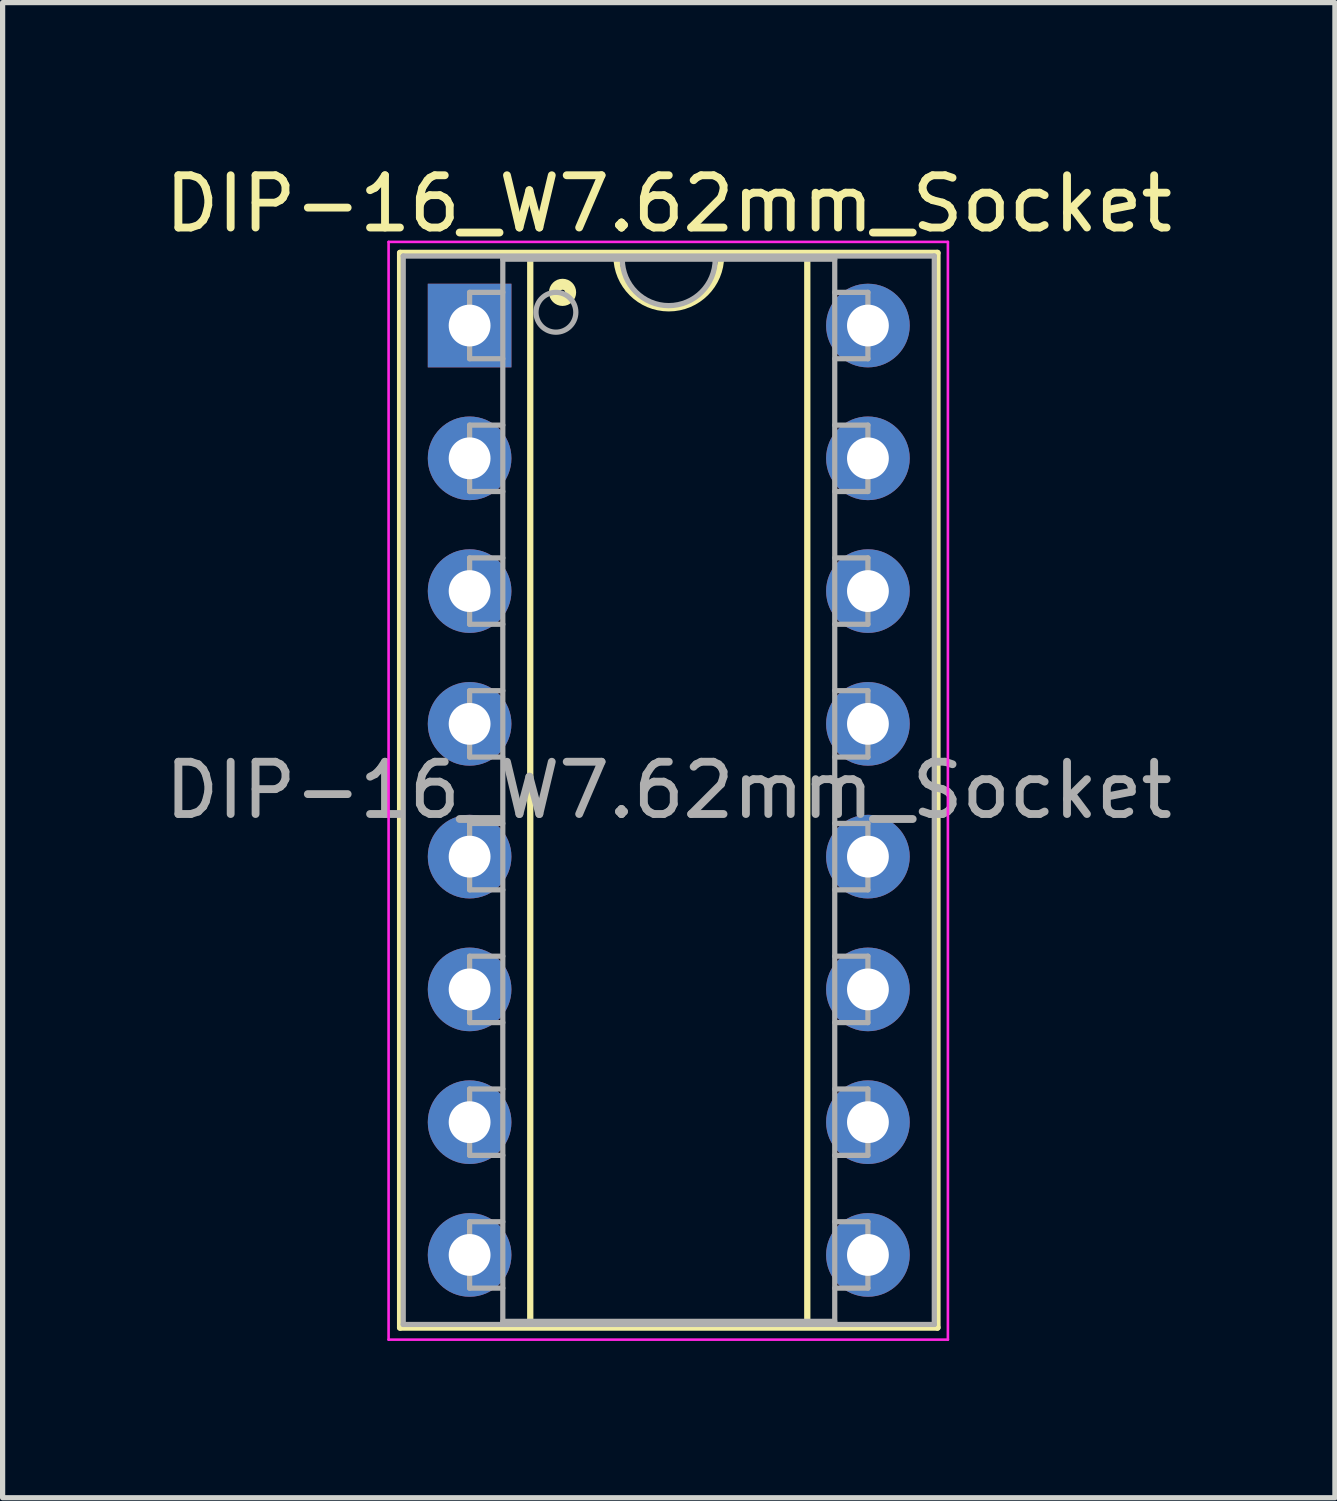
<source format=kicad_pcb>
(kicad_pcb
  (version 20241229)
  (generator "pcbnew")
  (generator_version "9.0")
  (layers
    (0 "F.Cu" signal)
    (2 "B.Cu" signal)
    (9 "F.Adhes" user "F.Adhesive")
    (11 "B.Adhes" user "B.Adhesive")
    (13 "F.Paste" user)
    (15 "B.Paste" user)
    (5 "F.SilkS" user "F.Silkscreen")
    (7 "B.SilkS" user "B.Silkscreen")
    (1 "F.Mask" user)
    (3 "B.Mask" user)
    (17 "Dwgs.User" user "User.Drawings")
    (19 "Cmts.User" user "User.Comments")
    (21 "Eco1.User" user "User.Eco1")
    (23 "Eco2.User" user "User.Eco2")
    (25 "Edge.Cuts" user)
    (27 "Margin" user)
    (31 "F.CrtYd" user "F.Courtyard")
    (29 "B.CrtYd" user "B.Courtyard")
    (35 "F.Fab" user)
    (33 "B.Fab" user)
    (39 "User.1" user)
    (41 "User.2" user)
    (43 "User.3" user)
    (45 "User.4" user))
  (footprint "DIP-16_W7.62mm_Socket"
    (layer "F.Cu")
    (at 5.934 3.178)
    (property "Reference" "DIP-16_W7.62mm_Socket" (at 3.81 -2.33 0) (layer "F.SilkS") (effects (font (size 1 1) (thickness 0.15))))
    (attr through_hole)
    (fp_line (start -1.33 -1.39) (end -1.33 19.17) (stroke (width 0.12) (type solid)) (layer "F.SilkS"))
    (fp_line (start -1.33 19.17) (end 8.95 19.17) (stroke (width 0.12) (type solid)) (layer "F.SilkS"))
    (fp_line (start 1.16 -1.33) (end 1.16 19.11) (stroke (width 0.12) (type solid)) (layer "F.SilkS"))
    (fp_line (start 1.16 19.11) (end 6.46 19.11) (stroke (width 0.12) (type solid)) (layer "F.SilkS"))
    (fp_line (start 2.81 -1.33) (end 1.16 -1.33) (stroke (width 0.12) (type solid)) (layer "F.SilkS"))
    (fp_line (start 6.46 -1.33) (end 4.81 -1.33) (stroke (width 0.12) (type solid)) (layer "F.SilkS"))
    (fp_line (start 6.46 19.11) (end 6.46 -1.33) (stroke (width 0.12) (type solid)) (layer "F.SilkS"))
    (fp_line (start 8.95 -1.39) (end -1.33 -1.39) (stroke (width 0.12) (type solid)) (layer "F.SilkS"))
    (fp_line (start 8.95 19.17) (end 8.95 -1.39) (stroke (width 0.12) (type solid)) (layer "F.SilkS"))
    (fp_arc (start 4.81 -1.33) (mid 3.81 -0.33) (end 2.81 -1.33) (stroke (width 0.12) (type solid)) (layer "F.SilkS"))
    (fp_circle (center 1.778 -0.635) (end 1.828 -0.635) (stroke (width 0.12) (type solid)) (fill no) (layer "F.SilkS"))
    (fp_circle (center 1.778 -0.635) (end 1.903 -0.635) (stroke (width 0.12) (type solid)) (fill no) (layer "F.SilkS"))
    (fp_circle (center 1.778 -0.635) (end 1.978 -0.635) (stroke (width 0.12) (type solid)) (fill no) (layer "F.SilkS"))
    (fp_line (start -1.55 -1.6) (end -1.55 19.4) (stroke (width 0.05) (type solid)) (layer "F.CrtYd"))
    (fp_line (start -1.55 19.4) (end 9.15 19.4) (stroke (width 0.05) (type solid)) (layer "F.CrtYd"))
    (fp_line (start 9.15 -1.6) (end -1.55 -1.6) (stroke (width 0.05) (type solid)) (layer "F.CrtYd"))
    (fp_line (start 9.15 19.4) (end 9.15 -1.6) (stroke (width 0.05) (type solid)) (layer "F.CrtYd"))
    (fp_line (start -1.27 -1.33) (end -1.27 19.11) (stroke (width 0.1) (type solid)) (layer "F.Fab"))
    (fp_line (start -1.27 19.11) (end 8.89 19.11) (stroke (width 0.1) (type solid)) (layer "F.Fab"))
    (fp_line (start 0 -0.635) (end 0 0.635) (stroke (width 0.1) (type solid)) (layer "F.Fab"))
    (fp_line (start 0 -0.635) (end 0.635 -0.635) (stroke (width 0.1) (type solid)) (layer "F.Fab"))
    (fp_line (start 0 0.635) (end 0.635 0.635) (stroke (width 0.1) (type solid)) (layer "F.Fab"))
    (fp_line (start 0 1.905) (end 0 3.175) (stroke (width 0.1) (type solid)) (layer "F.Fab"))
    (fp_line (start 0 1.905) (end 0.635 1.905) (stroke (width 0.1) (type solid)) (layer "F.Fab"))
    (fp_line (start 0 3.175) (end 0.635 3.175) (stroke (width 0.1) (type solid)) (layer "F.Fab"))
    (fp_line (start 0 4.445) (end 0 5.715) (stroke (width 0.1) (type solid)) (layer "F.Fab"))
    (fp_line (start 0 4.445) (end 0.635 4.445) (stroke (width 0.1) (type solid)) (layer "F.Fab"))
    (fp_line (start 0 5.715) (end 0.635 5.715) (stroke (width 0.1) (type solid)) (layer "F.Fab"))
    (fp_line (start 0 6.985) (end 0 8.255) (stroke (width 0.1) (type solid)) (layer "F.Fab"))
    (fp_line (start 0 6.985) (end 0.635 6.985) (stroke (width 0.1) (type solid)) (layer "F.Fab"))
    (fp_line (start 0 8.255) (end 0.635 8.255) (stroke (width 0.1) (type solid)) (layer "F.Fab"))
    (fp_line (start 0 9.525) (end 0 10.795) (stroke (width 0.1) (type solid)) (layer "F.Fab"))
    (fp_line (start 0 9.525) (end 0.635 9.525) (stroke (width 0.1) (type solid)) (layer "F.Fab"))
    (fp_line (start 0 10.795) (end 0.635 10.795) (stroke (width 0.1) (type solid)) (layer "F.Fab"))
    (fp_line (start 0 12.065) (end 0 13.335) (stroke (width 0.1) (type solid)) (layer "F.Fab"))
    (fp_line (start 0 12.065) (end 0.635 12.065) (stroke (width 0.1) (type solid)) (layer "F.Fab"))
    (fp_line (start 0 13.335) (end 0.635 13.335) (stroke (width 0.1) (type solid)) (layer "F.Fab"))
    (fp_line (start 0 14.605) (end 0 15.875) (stroke (width 0.1) (type solid)) (layer "F.Fab"))
    (fp_line (start 0 14.605) (end 0.635 14.605) (stroke (width 0.1) (type solid)) (layer "F.Fab"))
    (fp_line (start 0 15.875) (end 0.635 15.875) (stroke (width 0.1) (type solid)) (layer "F.Fab"))
    (fp_line (start 0 17.145) (end 0 18.415) (stroke (width 0.1) (type solid)) (layer "F.Fab"))
    (fp_line (start 0 17.145) (end 0.635 17.145) (stroke (width 0.1) (type solid)) (layer "F.Fab"))
    (fp_line (start 0 18.415) (end 0.635 18.415) (stroke (width 0.1) (type solid)) (layer "F.Fab"))
    (fp_line (start 0.635 -1.27) (end 6.985 -1.27) (stroke (width 0.1) (type solid)) (layer "F.Fab"))
    (fp_line (start 0.635 19.05) (end 0.635 -1.27) (stroke (width 0.1) (type solid)) (layer "F.Fab"))
    (fp_line (start 6.985 -1.27) (end 6.985 19.05) (stroke (width 0.1) (type solid)) (layer "F.Fab"))
    (fp_line (start 6.985 19.05) (end 0.635 19.05) (stroke (width 0.1) (type solid)) (layer "F.Fab"))
    (fp_line (start 7.62 -0.635) (end 6.985 -0.635) (stroke (width 0.1) (type solid)) (layer "F.Fab"))
    (fp_line (start 7.62 0.635) (end 6.985 0.635) (stroke (width 0.1) (type solid)) (layer "F.Fab"))
    (fp_line (start 7.62 0.635) (end 7.62 -0.635) (stroke (width 0.1) (type solid)) (layer "F.Fab"))
    (fp_line (start 7.62 1.905) (end 6.985 1.905) (stroke (width 0.1) (type solid)) (layer "F.Fab"))
    (fp_line (start 7.62 3.175) (end 6.985 3.175) (stroke (width 0.1) (type solid)) (layer "F.Fab"))
    (fp_line (start 7.62 3.175) (end 7.62 1.905) (stroke (width 0.1) (type solid)) (layer "F.Fab"))
    (fp_line (start 7.62 4.445) (end 6.985 4.445) (stroke (width 0.1) (type solid)) (layer "F.Fab"))
    (fp_line (start 7.62 5.715) (end 6.985 5.715) (stroke (width 0.1) (type solid)) (layer "F.Fab"))
    (fp_line (start 7.62 5.715) (end 7.62 4.445) (stroke (width 0.1) (type solid)) (layer "F.Fab"))
    (fp_line (start 7.62 6.985) (end 6.985 6.985) (stroke (width 0.1) (type solid)) (layer "F.Fab"))
    (fp_line (start 7.62 8.255) (end 6.985 8.255) (stroke (width 0.1) (type solid)) (layer "F.Fab"))
    (fp_line (start 7.62 8.255) (end 7.62 6.985) (stroke (width 0.1) (type solid)) (layer "F.Fab"))
    (fp_line (start 7.62 9.525) (end 6.985 9.525) (stroke (width 0.1) (type solid)) (layer "F.Fab"))
    (fp_line (start 7.62 10.795) (end 6.985 10.795) (stroke (width 0.1) (type solid)) (layer "F.Fab"))
    (fp_line (start 7.62 10.795) (end 7.62 9.525) (stroke (width 0.1) (type solid)) (layer "F.Fab"))
    (fp_line (start 7.62 12.065) (end 6.985 12.065) (stroke (width 0.1) (type solid)) (layer "F.Fab"))
    (fp_line (start 7.62 13.335) (end 6.985 13.335) (stroke (width 0.1) (type solid)) (layer "F.Fab"))
    (fp_line (start 7.62 13.335) (end 7.62 12.065) (stroke (width 0.1) (type solid)) (layer "F.Fab"))
    (fp_line (start 7.62 14.605) (end 6.985 14.605) (stroke (width 0.1) (type solid)) (layer "F.Fab"))
    (fp_line (start 7.62 15.875) (end 6.985 15.875) (stroke (width 0.1) (type solid)) (layer "F.Fab"))
    (fp_line (start 7.62 15.875) (end 7.62 14.605) (stroke (width 0.1) (type solid)) (layer "F.Fab"))
    (fp_line (start 7.62 17.145) (end 6.985 17.145) (stroke (width 0.1) (type solid)) (layer "F.Fab"))
    (fp_line (start 7.62 18.415) (end 6.985 18.415) (stroke (width 0.1) (type solid)) (layer "F.Fab"))
    (fp_line (start 7.62 18.415) (end 7.62 17.145) (stroke (width 0.1) (type solid)) (layer "F.Fab"))
    (fp_line (start 8.89 -1.33) (end -1.27 -1.33) (stroke (width 0.1) (type solid)) (layer "F.Fab"))
    (fp_line (start 8.89 19.11) (end 8.89 -1.33) (stroke (width 0.1) (type solid)) (layer "F.Fab"))
    (fp_arc (start 4.699 -1.27) (mid 3.81 -0.381) (end 2.921 -1.27) (stroke (width 0.1) (type solid)) (layer "F.Fab"))
    (fp_circle (center 1.651 -0.254) (end 2.032 -0.254) (stroke (width 0.1) (type solid)) (fill no) (layer "F.Fab"))
    (fp_text user "${REFERENCE}" (at 3.81 8.89 0) (layer "F.Fab") (effects (font (size 1 1) (thickness 0.15))))
    (pad "1" thru_hole rect (at 0 0) (size 1.6 1.6) (drill 0.8) (layers "*.Cu" "*.Mask"))
    (pad "2" thru_hole oval (at 0 2.54) (size 1.6 1.6) (drill 0.8) (layers "*.Cu" "*.Mask"))
    (pad "3" thru_hole oval (at 0 5.08) (size 1.6 1.6) (drill 0.8) (layers "*.Cu" "*.Mask"))
    (pad "4" thru_hole oval (at 0 7.62) (size 1.6 1.6) (drill 0.8) (layers "*.Cu" "*.Mask"))
    (pad "5" thru_hole oval (at 0 10.16) (size 1.6 1.6) (drill 0.8) (layers "*.Cu" "*.Mask"))
    (pad "6" thru_hole oval (at 0 12.7) (size 1.6 1.6) (drill 0.8) (layers "*.Cu" "*.Mask"))
    (pad "7" thru_hole oval (at 0 15.24) (size 1.6 1.6) (drill 0.8) (layers "*.Cu" "*.Mask"))
    (pad "8" thru_hole oval (at 0 17.78) (size 1.6 1.6) (drill 0.8) (layers "*.Cu" "*.Mask"))
    (pad "9" thru_hole oval (at 7.62 17.78) (size 1.6 1.6) (drill 0.8) (layers "*.Cu" "*.Mask"))
    (pad "10" thru_hole oval (at 7.62 15.24) (size 1.6 1.6) (drill 0.8) (layers "*.Cu" "*.Mask"))
    (pad "11" thru_hole oval (at 7.62 12.7) (size 1.6 1.6) (drill 0.8) (layers "*.Cu" "*.Mask"))
    (pad "12" thru_hole oval (at 7.62 10.16) (size 1.6 1.6) (drill 0.8) (layers "*.Cu" "*.Mask"))
    (pad "13" thru_hole oval (at 7.62 7.62) (size 1.6 1.6) (drill 0.8) (layers "*.Cu" "*.Mask"))
    (pad "14" thru_hole oval (at 7.62 5.08) (size 1.6 1.6) (drill 0.8) (layers "*.Cu" "*.Mask"))
    (pad "15" thru_hole oval (at 7.62 2.54) (size 1.6 1.6) (drill 0.8) (layers "*.Cu" "*.Mask"))
    (pad "16" thru_hole oval (at 7.62 0) (size 1.6 1.6) (drill 0.8) (layers "*.Cu" "*.Mask")))
  (gr_rect
    (start -3 -3)
    (end 22.488 25.603)
    (stroke (width 0.1) (type default))
    (fill no)
    (layer "Edge.Cuts")))
</source>
